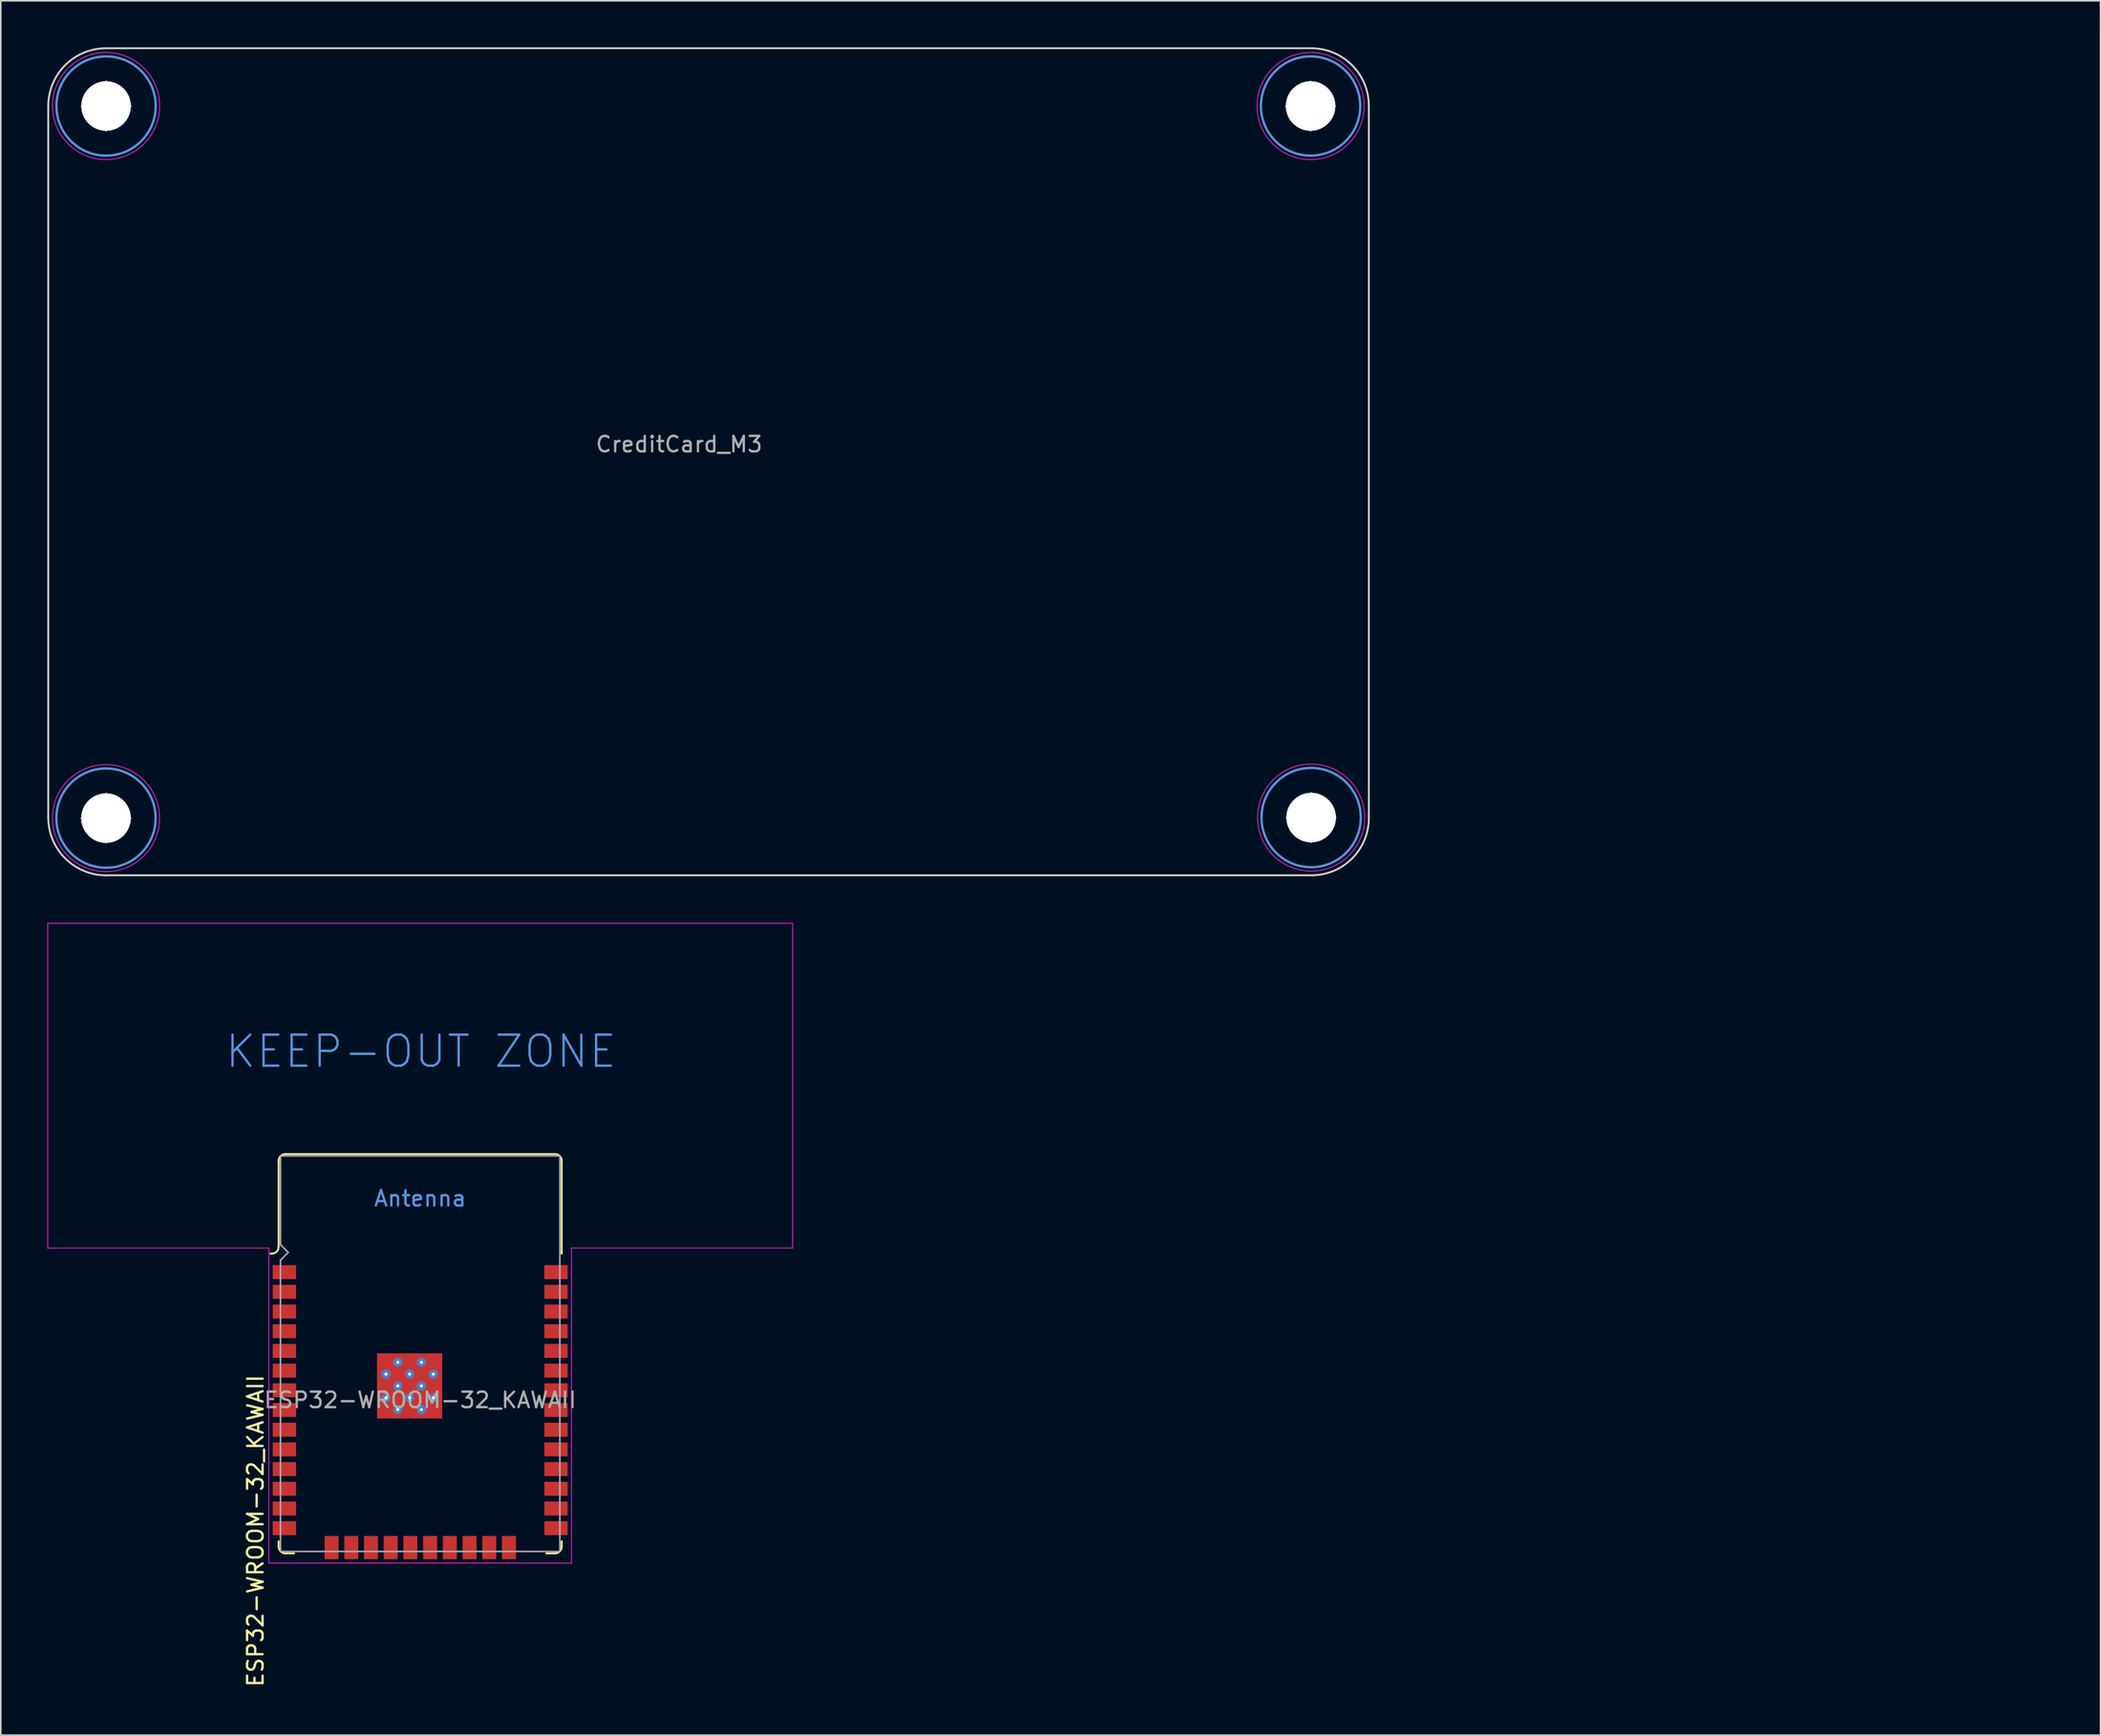
<source format=kicad_pcb>
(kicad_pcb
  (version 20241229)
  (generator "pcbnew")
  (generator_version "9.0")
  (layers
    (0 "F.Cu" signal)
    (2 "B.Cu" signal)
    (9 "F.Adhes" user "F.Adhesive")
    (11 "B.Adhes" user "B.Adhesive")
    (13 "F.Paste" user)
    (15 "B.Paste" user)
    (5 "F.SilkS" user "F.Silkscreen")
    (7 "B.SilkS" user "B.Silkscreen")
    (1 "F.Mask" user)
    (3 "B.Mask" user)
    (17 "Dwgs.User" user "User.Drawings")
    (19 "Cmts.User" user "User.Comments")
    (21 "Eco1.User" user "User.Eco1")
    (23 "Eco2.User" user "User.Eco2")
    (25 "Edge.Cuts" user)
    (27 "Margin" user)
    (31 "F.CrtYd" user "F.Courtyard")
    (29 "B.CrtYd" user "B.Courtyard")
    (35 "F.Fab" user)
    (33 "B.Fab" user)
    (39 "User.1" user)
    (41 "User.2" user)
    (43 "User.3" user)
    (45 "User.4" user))
  (footprint "CreditCard_M3"
    (layer "F.Cu")
    (at 40.71 26.095)
    (property "Reference" "CreditCard_M3" (at 0 -0.5 0) (unlocked yes) (layer "F.Fab") (effects (font (size 1 1) (thickness 0.15))))
    (attr smd)
    (fp_circle (center -36.93 23.6) (end -36.93 20.4) (stroke (width 0.15) (type solid)) (fill no) (layer "Cmts.User"))
    (fp_circle (center -36.925 -22.31) (end -33.725 -22.31) (stroke (width 0.15) (type solid)) (fill no) (layer "Cmts.User"))
    (fp_circle (center 40.69 -22.31) (end 40.69 -19.11) (stroke (width 0.15) (type solid)) (fill no) (layer "Cmts.User"))
    (fp_circle (center 40.726 23.566) (end 37.526 23.566) (stroke (width 0.15) (type solid)) (fill no) (layer "Cmts.User"))
    (fp_line (start -40.65 23.57) (end -40.65 -22.31) (stroke (width 0.12) (type solid)) (layer "Edge.Cuts"))
    (fp_line (start -36.93 27.286) (end 40.74 27.286) (stroke (width 0.12) (type solid)) (layer "Edge.Cuts"))
    (fp_line (start -36.92 -26.035) (end 40.73 -26.035) (stroke (width 0.12) (type solid)) (layer "Edge.Cuts"))
    (fp_line (start 44.445 23.591) (end 44.445 -22.299) (stroke (width 0.12) (type solid)) (layer "Edge.Cuts"))
    (fp_arc (start -40.650001 -22.31) (mid -39.557205 -24.94574) (end -36.92 -26.034998) (stroke (width 0.12) (type default)) (layer "Edge.Cuts"))
    (fp_arc (start -36.930038 27.289987) (mid -39.561054 26.193957) (end -40.65 23.560001) (stroke (width 0.12) (type default)) (layer "Edge.Cuts"))
    (fp_arc (start 40.73 -26.034997) (mid 43.364328 -24.93945) (end 44.444937 -22.29896) (stroke (width 0.12) (type default)) (layer "Edge.Cuts"))
    (fp_arc (start 44.444998 23.59104) (mid 43.35922 26.207332) (end 40.74 27.286027) (stroke (width 0.12) (type default)) (layer "Edge.Cuts"))
    (fp_circle (center -36.93 23.6) (end -36.93 20.15) (stroke (width 0.05) (type solid)) (fill no) (layer "F.CrtYd"))
    (fp_circle (center -36.925 -22.31) (end -33.475 -22.31) (stroke (width 0.05) (type solid)) (fill no) (layer "F.CrtYd"))
    (fp_circle (center 40.69 -22.31) (end 40.69 -18.86) (stroke (width 0.05) (type solid)) (fill no) (layer "F.CrtYd"))
    (fp_circle (center 40.726 23.566) (end 37.276 23.566) (stroke (width 0.05) (type solid)) (fill no) (layer "F.CrtYd"))
    (fp_line (start -36.93 23.6) (end -38.53 23.6) (stroke (width 0.1) (type default)) (layer "F.Fab"))
    (fp_line (start -36.93 23.6) (end -36.93 22) (stroke (width 0.1) (type default)) (layer "F.Fab"))
    (fp_line (start -36.93 23.6) (end -36.93 25.19) (stroke (width 0.1) (type default)) (layer "F.Fab"))
    (fp_line (start -36.93 23.6) (end -35.33 23.6) (stroke (width 0.1) (type default)) (layer "F.Fab"))
    (fp_line (start -36.925 -22.31) (end -38.515 -22.31) (stroke (width 0.1) (type default)) (layer "F.Fab"))
    (fp_line (start -36.925 -22.31) (end -36.925 -23.91) (stroke (width 0.1) (type default)) (layer "F.Fab"))
    (fp_line (start -36.925 -22.31) (end -36.925 -20.71) (stroke (width 0.1) (type default)) (layer "F.Fab"))
    (fp_line (start -36.925 -22.31) (end -35.325 -22.31) (stroke (width 0.1) (type default)) (layer "F.Fab"))
    (fp_line (start 40.69 -22.31) (end 39.09 -22.31) (stroke (width 0.1) (type default)) (layer "F.Fab"))
    (fp_line (start 40.69 -22.31) (end 40.69 -23.9) (stroke (width 0.1) (type default)) (layer "F.Fab"))
    (fp_line (start 40.69 -22.31) (end 40.69 -20.71) (stroke (width 0.1) (type default)) (layer "F.Fab"))
    (fp_line (start 40.69 -22.31) (end 42.29 -22.31) (stroke (width 0.1) (type default)) (layer "F.Fab"))
    (fp_line (start 40.726 23.566) (end 39.126 23.566) (stroke (width 0.1) (type default)) (layer "F.Fab"))
    (fp_line (start 40.726 23.566) (end 40.726 21.966) (stroke (width 0.1) (type default)) (layer "F.Fab"))
    (fp_line (start 40.726 23.566) (end 40.726 25.166) (stroke (width 0.1) (type default)) (layer "F.Fab"))
    (fp_line (start 40.726 23.566) (end 42.316 23.566) (stroke (width 0.1) (type default)) (layer "F.Fab"))
    (dimension (type aligned) (layer "User.3") (pts (xy 42.615 0.06) (xy 42.615 53.4)) (height -82.925) (format (prefix "") (suffix "") (units 3) (units_format 1) (precision 4)) (style (thickness 0.1) (arrow_length 1.27) (text_position_mode 0) (arrow_direction outward) (extension_height 0.586) (extension_offset 0.5) (keep_text_aligned yes)) (gr_text "53.3400 mm" (at 124.44 26.73 90) (layer "User.3") (effects (font (size 1 1) (thickness 0.1)))))
    (pad "" np_thru_hole circle (at -36.93 23.6 90) (size 3.2 3.2) (drill 3.2) (layers "*.Cu" "*.Mask"))
    (pad "" np_thru_hole circle (at -36.925 -22.31) (size 3.2 3.2) (drill 3.2) (layers "*.Cu" "*.Mask"))
    (pad "" np_thru_hole circle (at 40.69 -22.31 270) (size 3.2 3.2) (drill 3.2) (layers "*.Cu" "*.Mask"))
    (pad "" np_thru_hole circle (at 40.726 23.566 180) (size 3.2 3.2) (drill 3.2) (layers "*.Cu" "*.Mask")))
  (footprint "ESP32-WROOM-32_KAWAII"
    (layer "F.Cu")
    (at 24.025 87.215)
    (property "Reference" "ESP32-WROOM-32_KAWAII" (at -10.61 8.43 90) (layer "F.SilkS") (effects (font (size 1 1) (thickness 0.15))))
    (attr smd)
    (fp_line (start -9.65 -9.445) (end -9.5 -9.445) (stroke (width 0.12) (type solid)) (layer "F.SilkS"))
    (fp_line (start -9.12 -15.44) (end -9.12 -9.87) (stroke (width 0.12) (type solid)) (layer "F.SilkS"))
    (fp_line (start -9.12 9.1) (end -9.12 9.43) (stroke (width 0.12) (type solid)) (layer "F.SilkS"))
    (fp_line (start -8.7 9.88) (end -8.12 9.88) (stroke (width 0.12) (type solid)) (layer "F.SilkS"))
    (fp_line (start -8.67 -15.86) (end 8.69 -15.86) (stroke (width 0.12) (type solid)) (layer "F.SilkS"))
    (fp_line (start 8.68 9.88) (end 8.12 9.88) (stroke (width 0.12) (type solid)) (layer "F.SilkS"))
    (fp_line (start 9.12 -15.46) (end 9.12 -9.445) (stroke (width 0.12) (type solid)) (layer "F.SilkS"))
    (fp_line (start 9.12 9.1) (end 9.12 9.46) (stroke (width 0.12) (type solid)) (layer "F.SilkS"))
    (fp_arc (start -9.124022 -9.874137) (mid -9.250001 -9.57) (end -9.554138 -9.444021) (stroke (width 0.12) (type default)) (layer "F.SilkS"))
    (fp_arc (start -9.121294 -15.430547) (mid -8.995315 -15.734684) (end -8.691178 -15.860663) (stroke (width 0.12) (type default)) (layer "F.SilkS"))
    (fp_arc (start -8.688665 9.880848) (mid -8.992802 9.754869) (end -9.118781 9.450732) (stroke (width 0.12) (type default)) (layer "F.SilkS"))
    (fp_arc (start 8.69235 -15.860119) (mid 8.996487 -15.73414) (end 9.122466 -15.430003) (stroke (width 0.12) (type default)) (layer "F.SilkS"))
    (fp_arc (start 9.120116 9.45) (mid 8.994138 9.754137) (end 8.69 9.880116) (stroke (width 0.12) (type default)) (layer "F.SilkS"))
    (fp_line (start -24 -30.74) (end -24 -9.8) (stroke (width 0.05) (type solid)) (layer "F.CrtYd"))
    (fp_line (start -24 -9.8) (end -9.75 -9.8) (stroke (width 0.05) (type solid)) (layer "F.CrtYd"))
    (fp_line (start -9.75 10.51) (end -9.75 -9.8) (stroke (width 0.05) (type solid)) (layer "F.CrtYd"))
    (fp_line (start -9.75 10.51) (end 9.75 10.51) (stroke (width 0.05) (type solid)) (layer "F.CrtYd"))
    (fp_line (start 9.75 -9.8) (end 9.75 10.51) (stroke (width 0.05) (type solid)) (layer "F.CrtYd"))
    (fp_line (start 9.75 -9.8) (end 24 -9.8) (stroke (width 0.05) (type solid)) (layer "F.CrtYd"))
    (fp_line (start 24 -30.74) (end -24 -30.74) (stroke (width 0.05) (type solid)) (layer "F.CrtYd"))
    (fp_line (start 24 -9.8) (end 24 -30.74) (stroke (width 0.05) (type solid)) (layer "F.CrtYd"))
    (fp_line (start -9 -15.74) (end -9 -10.02) (stroke (width 0.1) (type solid)) (layer "F.Fab"))
    (fp_line (start -9 -15.74) (end 9 -15.74) (stroke (width 0.1) (type solid)) (layer "F.Fab"))
    (fp_line (start -9 -9.02) (end -9 9.76) (stroke (width 0.1) (type solid)) (layer "F.Fab"))
    (fp_line (start -9 -9.02) (end -8.5 -9.52) (stroke (width 0.1) (type solid)) (layer "F.Fab"))
    (fp_line (start -9 9.76) (end 9 9.76) (stroke (width 0.1) (type solid)) (layer "F.Fab"))
    (fp_line (start -8.5 -9.52) (end -9 -10.02) (stroke (width 0.1) (type solid)) (layer "F.Fab"))
    (fp_line (start 9 9.76) (end 9 -15.74) (stroke (width 0.1) (type solid)) (layer "F.Fab"))
    (fp_text user "KEEP-OUT ZONE" (at 0.05 -22.48 0) (layer "Cmts.User") (effects (font (size 2 2) (thickness 0.15))))
    (fp_text user "Antenna" (at 0 -13 0) (layer "Cmts.User") (effects (font (size 1 1) (thickness 0.15))))
    (fp_text user "${REFERENCE}" (at 0 0 0) (layer "F.Fab") (effects (font (size 1 1) (thickness 0.15))))
    (pad "1" smd rect (at -8.75 -8.25) (size 1.5 0.9) (layers "F.Cu" "F.Mask" "F.Paste"))
    (pad "2" smd rect (at -8.75 -6.98) (size 1.5 0.9) (layers "F.Cu" "F.Mask" "F.Paste"))
    (pad "3" smd rect (at -8.75 -5.71) (size 1.5 0.9) (layers "F.Cu" "F.Mask" "F.Paste"))
    (pad "4" smd rect (at -8.75 -4.44) (size 1.5 0.9) (layers "F.Cu" "F.Mask" "F.Paste"))
    (pad "5" smd rect (at -8.75 -3.17) (size 1.5 0.9) (layers "F.Cu" "F.Mask" "F.Paste"))
    (pad "6" smd rect (at -8.75 -1.9) (size 1.5 0.9) (layers "F.Cu" "F.Mask" "F.Paste"))
    (pad "7" smd rect (at -8.75 -0.63) (size 1.5 0.9) (layers "F.Cu" "F.Mask" "F.Paste"))
    (pad "8" smd rect (at -8.75 0.64) (size 1.5 0.9) (layers "F.Cu" "F.Mask" "F.Paste"))
    (pad "9" smd rect (at -8.75 1.91) (size 1.5 0.9) (layers "F.Cu" "F.Mask" "F.Paste"))
    (pad "10" smd rect (at -8.75 3.18) (size 1.5 0.9) (layers "F.Cu" "F.Mask" "F.Paste"))
    (pad "11" smd rect (at -8.75 4.45) (size 1.5 0.9) (layers "F.Cu" "F.Mask" "F.Paste"))
    (pad "12" smd rect (at -8.75 5.72) (size 1.5 0.9) (layers "F.Cu" "F.Mask" "F.Paste"))
    (pad "13" smd rect (at -8.75 6.99) (size 1.5 0.9) (layers "F.Cu" "F.Mask" "F.Paste"))
    (pad "14" smd rect (at -8.75 8.26) (size 1.5 0.9) (layers "F.Cu" "F.Mask" "F.Paste"))
    (pad "15" smd rect (at -5.71 9.51 90) (size 1.5 0.9) (layers "F.Cu" "F.Mask" "F.Paste"))
    (pad "16" smd rect (at -4.44 9.51 90) (size 1.5 0.9) (layers "F.Cu" "F.Mask" "F.Paste"))
    (pad "17" smd rect (at -3.17 9.51 90) (size 1.5 0.9) (layers "F.Cu" "F.Mask" "F.Paste"))
    (pad "18" smd rect (at -1.9 9.51 90) (size 1.5 0.9) (layers "F.Cu" "F.Mask" "F.Paste"))
    (pad "19" smd rect (at -0.63 9.51 90) (size 1.5 0.9) (layers "F.Cu" "F.Mask" "F.Paste"))
    (pad "20" smd rect (at 0.64 9.51 90) (size 1.5 0.9) (layers "F.Cu" "F.Mask" "F.Paste"))
    (pad "21" smd rect (at 1.91 9.51 90) (size 1.5 0.9) (layers "F.Cu" "F.Mask" "F.Paste"))
    (pad "22" smd rect (at 3.18 9.51 90) (size 1.5 0.9) (layers "F.Cu" "F.Mask" "F.Paste"))
    (pad "23" smd rect (at 4.45 9.51 90) (size 1.5 0.9) (layers "F.Cu" "F.Mask" "F.Paste"))
    (pad "24" smd rect (at 5.72 9.51 90) (size 1.5 0.9) (layers "F.Cu" "F.Mask" "F.Paste"))
    (pad "25" smd rect (at 8.75 8.26) (size 1.5 0.9) (layers "F.Cu" "F.Mask" "F.Paste"))
    (pad "26" smd rect (at 8.75 6.99) (size 1.5 0.9) (layers "F.Cu" "F.Mask" "F.Paste"))
    (pad "27" smd rect (at 8.75 5.72) (size 1.5 0.9) (layers "F.Cu" "F.Mask" "F.Paste"))
    (pad "28" smd rect (at 8.75 4.45) (size 1.5 0.9) (layers "F.Cu" "F.Mask" "F.Paste"))
    (pad "29" smd rect (at 8.75 3.18) (size 1.5 0.9) (layers "F.Cu" "F.Mask" "F.Paste"))
    (pad "30" smd rect (at 8.75 1.91) (size 1.5 0.9) (layers "F.Cu" "F.Mask" "F.Paste"))
    (pad "31" smd rect (at 8.75 0.64) (size 1.5 0.9) (layers "F.Cu" "F.Mask" "F.Paste"))
    (pad "32" smd rect (at 8.75 -0.63) (size 1.5 0.9) (layers "F.Cu" "F.Mask" "F.Paste"))
    (pad "33" smd rect (at 8.75 -1.9) (size 1.5 0.9) (layers "F.Cu" "F.Mask" "F.Paste"))
    (pad "34" smd rect (at 8.75 -3.17) (size 1.5 0.9) (layers "F.Cu" "F.Mask" "F.Paste"))
    (pad "35" smd rect (at 8.75 -4.44) (size 1.5 0.9) (layers "F.Cu" "F.Mask" "F.Paste"))
    (pad "36" smd rect (at 8.75 -5.71) (size 1.5 0.9) (layers "F.Cu" "F.Mask" "F.Paste"))
    (pad "37" smd rect (at 8.75 -6.98) (size 1.5 0.9) (layers "F.Cu" "F.Mask" "F.Paste"))
    (pad "38" smd rect (at 8.75 -8.25) (size 1.5 0.9) (layers "F.Cu" "F.Mask" "F.Paste"))
    (pad "39" smd rect (at -2.205 -2.435) (size 1.05 1.05) (layers "F.Cu" "F.Paste"))
    (pad "39" thru_hole circle (at -2.205 -1.673) (size 0.6 0.6) (drill 0.2) (property pad_prop_heatsink) (layers "*.Cu" "F.Mask"))
    (pad "39" smd rect (at -2.205 -0.91) (size 1.05 1.05) (layers "F.Cu" "F.Paste"))
    (pad "39" thru_hole circle (at -2.205 -0.147) (size 0.6 0.6) (drill 0.2) (property pad_prop_heatsink) (layers "*.Cu" "F.Mask"))
    (pad "39" smd rect (at -2.205 0.615) (size 1.05 1.05) (layers "F.Cu" "F.Paste"))
    (pad "39" thru_hole circle (at -1.442 -2.435) (size 0.6 0.6) (drill 0.2) (property pad_prop_heatsink) (layers "*.Cu" "F.Mask"))
    (pad "39" thru_hole circle (at -1.442 -0.91) (size 0.6 0.6) (drill 0.2) (property pad_prop_heatsink) (layers "*.Cu" "F.Mask"))
    (pad "39" thru_hole circle (at -1.442 0.615) (size 0.6 0.6) (drill 0.2) (property pad_prop_heatsink) (layers "*.Cu" "F.Mask"))
    (pad "39" smd rect (at -0.68 -2.435) (size 1.05 1.05) (layers "F.Cu" "F.Paste"))
    (pad "39" thru_hole circle (at -0.68 -1.673) (size 0.6 0.6) (drill 0.2) (property pad_prop_heatsink) (layers "*.Cu" "F.Mask"))
    (pad "39" smd rect (at -0.68 -0.91) (size 1.05 1.05) (layers "F.Cu" "F.Paste"))
    (pad "39" smd rect (at -0.68 -0.91) (size 4.2 4.2) (layers "F.Cu" "F.Mask"))
    (pad "39" thru_hole circle (at -0.68 -0.147) (size 0.6 0.6) (drill 0.2) (property pad_prop_heatsink) (layers "*.Cu" "F.Mask"))
    (pad "39" smd rect (at -0.68 0.615) (size 1.05 1.05) (layers "F.Cu" "F.Paste"))
    (pad "39" thru_hole circle (at 0.083 -2.435) (size 0.6 0.6) (drill 0.2) (property pad_prop_heatsink) (layers "*.Cu" "F.Mask"))
    (pad "39" thru_hole circle (at 0.083 -0.91) (size 0.6 0.6) (drill 0.2) (property pad_prop_heatsink) (layers "*.Cu" "F.Mask"))
    (pad "39" thru_hole circle (at 0.083 0.615) (size 0.6 0.6) (drill 0.2) (property pad_prop_heatsink) (layers "*.Cu" "F.Mask"))
    (pad "39" smd rect (at 0.845 -2.435) (size 1.05 1.05) (layers "F.Cu" "F.Paste"))
    (pad "39" thru_hole circle (at 0.845 -1.673) (size 0.6 0.6) (drill 0.2) (property pad_prop_heatsink) (layers "*.Cu" "F.Mask"))
    (pad "39" smd rect (at 0.845 -0.91) (size 1.05 1.05) (layers "F.Cu" "F.Paste"))
    (pad "39" thru_hole circle (at 0.845 -0.147) (size 0.6 0.6) (drill 0.2) (property pad_prop_heatsink) (layers "*.Cu" "F.Mask"))
    (pad "39" smd rect (at 0.845 0.615) (size 1.05 1.05) (layers "F.Cu" "F.Paste"))
    (zone (net_name "") (layers "F.Cu" "B.Cu") (hatch full 0.508) (connect_pads) (min_thickness 0.254) (filled_areas_thickness no) (keepout (tracks not_allowed) (vias not_allowed) (pads not_allowed) (copperpour not_allowed) (footprints not_allowed)) (placement (enabled no)) (fill) (polygon (pts (xy 0.025 77.415) (xy 48.025 77.415) (xy 48.025 56.475) (xy 0.025 56.475)))))
  (gr_rect
    (start -3 -3)
    (end 132.3 108.818)
    (stroke (width 0.1) (type default))
    (fill no)
    (layer "Edge.Cuts")))
</source>
